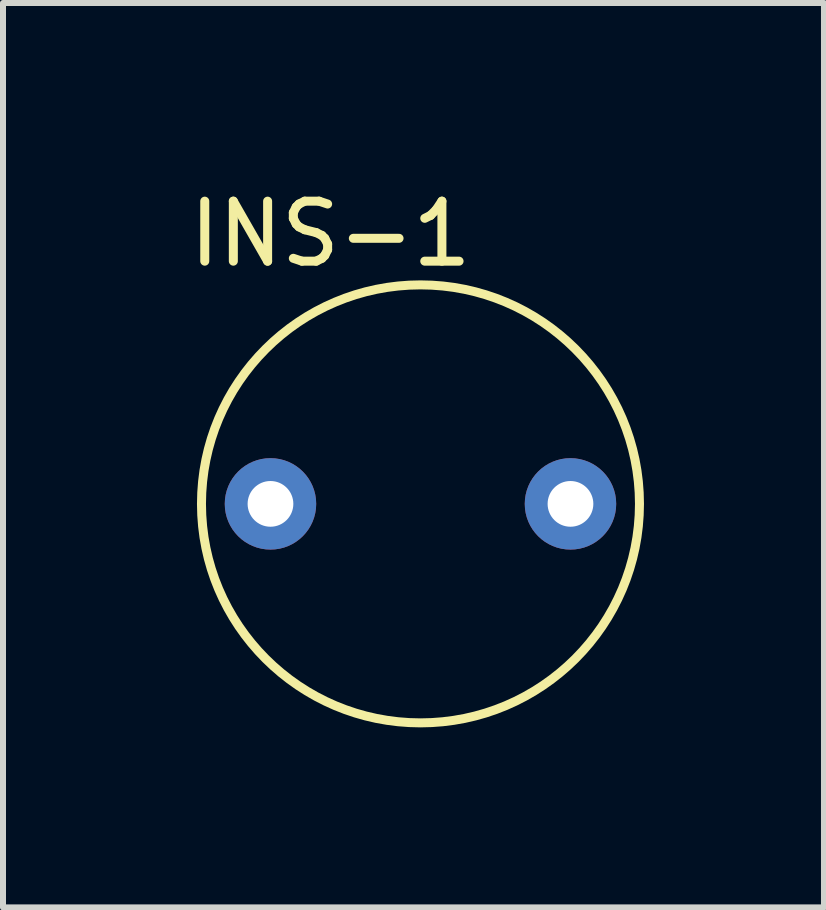
<source format=kicad_pcb>
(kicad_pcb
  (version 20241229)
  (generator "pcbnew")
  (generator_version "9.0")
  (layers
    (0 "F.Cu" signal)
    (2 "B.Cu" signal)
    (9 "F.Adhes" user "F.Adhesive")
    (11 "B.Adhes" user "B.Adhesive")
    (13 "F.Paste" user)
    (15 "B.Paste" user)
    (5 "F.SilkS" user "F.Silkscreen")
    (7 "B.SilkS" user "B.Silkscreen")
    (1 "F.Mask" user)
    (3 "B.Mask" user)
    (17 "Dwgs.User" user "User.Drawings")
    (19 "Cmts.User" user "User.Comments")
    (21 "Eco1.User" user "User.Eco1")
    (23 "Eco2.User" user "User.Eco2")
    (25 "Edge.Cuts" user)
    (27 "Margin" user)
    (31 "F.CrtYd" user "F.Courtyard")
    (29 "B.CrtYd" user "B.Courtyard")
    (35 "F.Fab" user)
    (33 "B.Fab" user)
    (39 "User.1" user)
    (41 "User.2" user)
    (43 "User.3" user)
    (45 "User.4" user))
  (footprint "INS-1"
    (layer "F.Cu")
    (at 3.958 5.348)
    (property "Reference" "INS-1" (at -1.5 -4.5 0) (layer "F.SilkS") (effects (font (size 1 1) (thickness 0.15))))
    (attr through_hole)
    (fp_circle (center 0 0) (end 3.65 0) (stroke (width 0.15) (type solid)) (fill no) (layer "F.SilkS"))
    (pad "1" thru_hole circle (at -2.5 0) (size 1.524 1.524) (drill 0.762) (layers "*.Cu" "*.Mask"))
    (pad "2" thru_hole circle (at 2.5 0) (size 1.524 1.524) (drill 0.762) (layers "*.Cu" "*.Mask")))
  (gr_rect
    (start -3 -3)
    (end 10.683 12.073)
    (stroke (width 0.1) (type default))
    (fill no)
    (layer "Edge.Cuts")))
</source>
